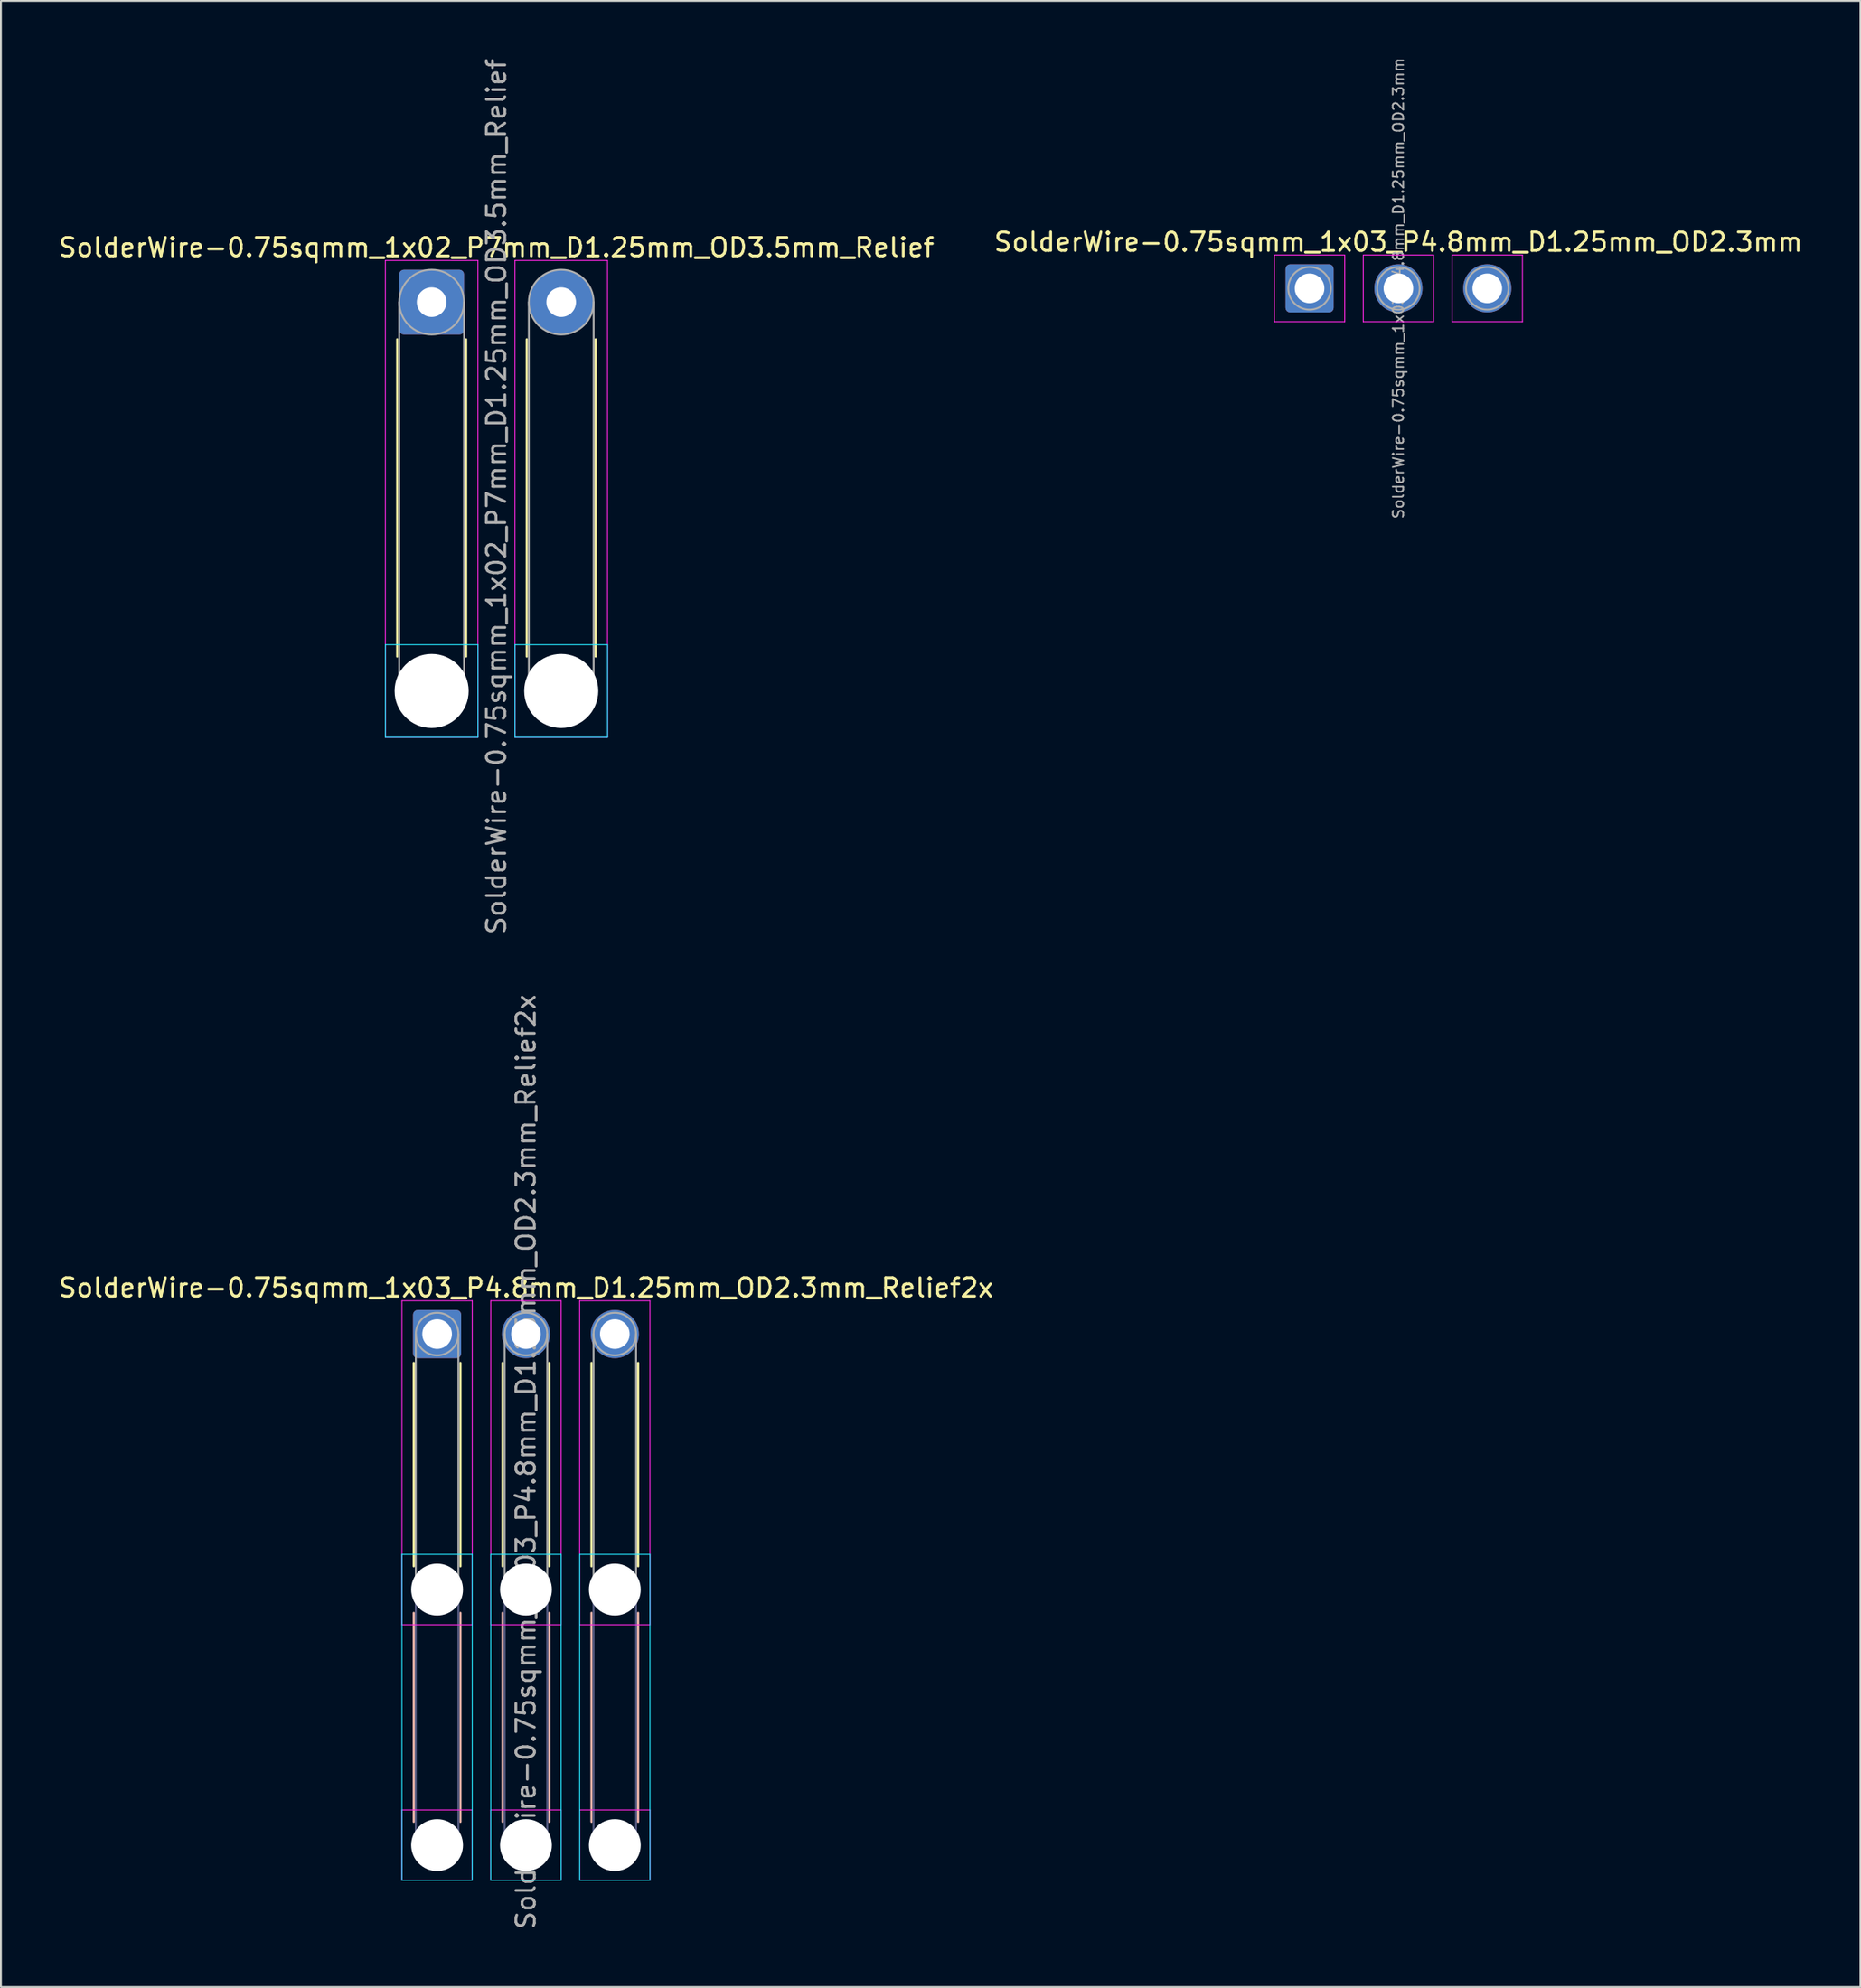
<source format=kicad_pcb>
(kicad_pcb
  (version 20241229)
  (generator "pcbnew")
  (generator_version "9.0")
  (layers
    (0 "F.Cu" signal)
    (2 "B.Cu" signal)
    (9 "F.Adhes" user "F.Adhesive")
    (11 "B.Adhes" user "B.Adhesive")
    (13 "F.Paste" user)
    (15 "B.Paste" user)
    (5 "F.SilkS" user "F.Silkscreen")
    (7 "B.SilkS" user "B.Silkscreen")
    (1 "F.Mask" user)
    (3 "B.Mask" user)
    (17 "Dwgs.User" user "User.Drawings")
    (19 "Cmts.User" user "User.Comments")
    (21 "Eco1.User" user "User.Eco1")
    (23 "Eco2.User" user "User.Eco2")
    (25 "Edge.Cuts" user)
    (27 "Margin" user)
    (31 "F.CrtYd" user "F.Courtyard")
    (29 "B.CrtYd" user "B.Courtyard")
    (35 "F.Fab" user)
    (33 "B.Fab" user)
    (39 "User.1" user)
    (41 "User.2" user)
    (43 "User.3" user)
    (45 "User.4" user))
  (footprint "SolderWire-0.75sqmm_1x02_P7mm_D1.25mm_OD3.5mm_Relief"
    (layer "F.Cu")
    (at 20.268 13.268)
    (property "Reference" "SolderWire-0.75sqmm_1x02_P7mm_D1.25mm_OD3.5mm_Relief" (at 3.5 -2.95 0) (layer "F.SilkS") (effects (font (size 1 1) (thickness 0.15))))
    (attr exclude_from_pos_files exclude_from_bom)
    (fp_line (start -1.86 2.01) (end -1.86 19.14) (stroke (width 0.12) (type solid)) (layer "F.SilkS"))
    (fp_line (start 1.86 2.01) (end 1.86 19.14) (stroke (width 0.12) (type solid)) (layer "F.SilkS"))
    (fp_line (start 5.14 2.01) (end 5.14 19.14) (stroke (width 0.12) (type solid)) (layer "F.SilkS"))
    (fp_line (start 8.86 2.01) (end 8.86 19.14) (stroke (width 0.12) (type solid)) (layer "F.SilkS"))
    (fp_line (start -2.5 18.5) (end -2.5 23.5) (stroke (width 0.05) (type solid)) (layer "B.CrtYd"))
    (fp_line (start -2.5 23.5) (end 2.5 23.5) (stroke (width 0.05) (type solid)) (layer "B.CrtYd"))
    (fp_line (start 2.5 18.5) (end -2.5 18.5) (stroke (width 0.05) (type solid)) (layer "B.CrtYd"))
    (fp_line (start 2.5 23.5) (end 2.5 18.5) (stroke (width 0.05) (type solid)) (layer "B.CrtYd"))
    (fp_line (start 4.5 18.5) (end 4.5 23.5) (stroke (width 0.05) (type solid)) (layer "B.CrtYd"))
    (fp_line (start 4.5 23.5) (end 9.5 23.5) (stroke (width 0.05) (type solid)) (layer "B.CrtYd"))
    (fp_line (start 9.5 18.5) (end 4.5 18.5) (stroke (width 0.05) (type solid)) (layer "B.CrtYd"))
    (fp_line (start 9.5 23.5) (end 9.5 18.5) (stroke (width 0.05) (type solid)) (layer "B.CrtYd"))
    (fp_line (start -2.5 -2.25) (end -2.5 23.5) (stroke (width 0.05) (type solid)) (layer "F.CrtYd"))
    (fp_line (start -2.5 23.5) (end 2.5 23.5) (stroke (width 0.05) (type solid)) (layer "F.CrtYd"))
    (fp_line (start 2.5 -2.25) (end -2.5 -2.25) (stroke (width 0.05) (type solid)) (layer "F.CrtYd"))
    (fp_line (start 2.5 23.5) (end 2.5 -2.25) (stroke (width 0.05) (type solid)) (layer "F.CrtYd"))
    (fp_line (start 4.5 -2.25) (end 4.5 23.5) (stroke (width 0.05) (type solid)) (layer "F.CrtYd"))
    (fp_line (start 4.5 23.5) (end 9.5 23.5) (stroke (width 0.05) (type solid)) (layer "F.CrtYd"))
    (fp_line (start 9.5 -2.25) (end 4.5 -2.25) (stroke (width 0.05) (type solid)) (layer "F.CrtYd"))
    (fp_line (start 9.5 23.5) (end 9.5 -2.25) (stroke (width 0.05) (type solid)) (layer "F.CrtYd"))
    (fp_line (start -1.75 0) (end -1.75 21) (stroke (width 0.1) (type solid)) (layer "F.Fab"))
    (fp_line (start 1.75 0) (end 1.75 21) (stroke (width 0.1) (type solid)) (layer "F.Fab"))
    (fp_line (start 5.25 0) (end 5.25 21) (stroke (width 0.1) (type solid)) (layer "F.Fab"))
    (fp_line (start 8.75 0) (end 8.75 21) (stroke (width 0.1) (type solid)) (layer "F.Fab"))
    (fp_circle (center 0 0) (end 1.75 0) (stroke (width 0.1) (type solid)) (fill no) (layer "F.Fab"))
    (fp_circle (center 0 21) (end 1.75 21) (stroke (width 0.1) (type solid)) (fill no) (layer "F.Fab"))
    (fp_circle (center 7 0) (end 8.75 0) (stroke (width 0.1) (type solid)) (fill no) (layer "F.Fab"))
    (fp_circle (center 7 21) (end 8.75 21) (stroke (width 0.1) (type solid)) (fill no) (layer "F.Fab"))
    (fp_text user "${REFERENCE}" (at 3.5 10.5 90) (layer "F.Fab") (effects (font (size 1 1) (thickness 0.15))))
    (pad "" np_thru_hole circle (at 0 21) (size 4 4) (drill 4) (layers "*.Cu" "*.Mask"))
    (pad "" np_thru_hole circle (at 7 21) (size 4 4) (drill 4) (layers "*.Cu" "*.Mask"))
    (pad "1" thru_hole roundrect (at 0 0) (size 3.5 3.5) (drill 1.6) (layers "*.Cu" "*.Mask") (roundrect_rratio 0.071))
    (pad "2" thru_hole circle (at 7 0) (size 3.5 3.5) (drill 1.6) (layers "*.Cu" "*.Mask")))
  (footprint "SolderWire-0.75sqmm_1x03_P4.8mm_D1.25mm_OD2.3mm_Relief2x"
    (layer "F.Cu")
    (at 20.563 68.999)
    (property "Reference" "SolderWire-0.75sqmm_1x03_P4.8mm_D1.25mm_OD2.3mm_Relief2x" (at 4.8 -2.5 0) (layer "F.SilkS") (effects (font (size 1 1) (thickness 0.15))))
    (attr exclude_from_pos_files exclude_from_bom)
    (fp_line (start -1.26 1.56) (end -1.26 12.54) (stroke (width 0.12) (type solid)) (layer "F.SilkS"))
    (fp_line (start 1.26 1.56) (end 1.26 12.54) (stroke (width 0.12) (type solid)) (layer "F.SilkS"))
    (fp_line (start 3.54 1.56) (end 3.54 12.54) (stroke (width 0.12) (type solid)) (layer "F.SilkS"))
    (fp_line (start 6.06 1.56) (end 6.06 12.54) (stroke (width 0.12) (type solid)) (layer "F.SilkS"))
    (fp_line (start 8.34 1.56) (end 8.34 12.54) (stroke (width 0.12) (type solid)) (layer "F.SilkS"))
    (fp_line (start 10.86 1.56) (end 10.86 12.54) (stroke (width 0.12) (type solid)) (layer "F.SilkS"))
    (fp_line (start -1.26 15.06) (end -1.26 26.34) (stroke (width 0.12) (type solid)) (layer "B.SilkS"))
    (fp_line (start 1.26 15.06) (end 1.26 26.34) (stroke (width 0.12) (type solid)) (layer "B.SilkS"))
    (fp_line (start 3.54 15.06) (end 3.54 26.34) (stroke (width 0.12) (type solid)) (layer "B.SilkS"))
    (fp_line (start 6.06 15.06) (end 6.06 26.34) (stroke (width 0.12) (type solid)) (layer "B.SilkS"))
    (fp_line (start 8.34 15.06) (end 8.34 26.34) (stroke (width 0.12) (type solid)) (layer "B.SilkS"))
    (fp_line (start 10.86 15.06) (end 10.86 26.34) (stroke (width 0.12) (type solid)) (layer "B.SilkS"))
    (fp_line (start -1.9 11.9) (end -1.9 29.5) (stroke (width 0.05) (type solid)) (layer "B.CrtYd"))
    (fp_line (start -1.9 29.5) (end 1.9 29.5) (stroke (width 0.05) (type solid)) (layer "B.CrtYd"))
    (fp_line (start 1.9 11.9) (end -1.9 11.9) (stroke (width 0.05) (type solid)) (layer "B.CrtYd"))
    (fp_line (start 1.9 29.5) (end 1.9 11.9) (stroke (width 0.05) (type solid)) (layer "B.CrtYd"))
    (fp_line (start 2.9 11.9) (end 2.9 29.5) (stroke (width 0.05) (type solid)) (layer "B.CrtYd"))
    (fp_line (start 2.9 29.5) (end 6.7 29.5) (stroke (width 0.05) (type solid)) (layer "B.CrtYd"))
    (fp_line (start 6.7 11.9) (end 2.9 11.9) (stroke (width 0.05) (type solid)) (layer "B.CrtYd"))
    (fp_line (start 6.7 29.5) (end 6.7 11.9) (stroke (width 0.05) (type solid)) (layer "B.CrtYd"))
    (fp_line (start 7.7 11.9) (end 7.7 29.5) (stroke (width 0.05) (type solid)) (layer "B.CrtYd"))
    (fp_line (start 7.7 29.5) (end 11.5 29.5) (stroke (width 0.05) (type solid)) (layer "B.CrtYd"))
    (fp_line (start 11.5 11.9) (end 7.7 11.9) (stroke (width 0.05) (type solid)) (layer "B.CrtYd"))
    (fp_line (start 11.5 29.5) (end 11.5 11.9) (stroke (width 0.05) (type solid)) (layer "B.CrtYd"))
    (fp_line (start -1.9 -1.8) (end -1.9 15.7) (stroke (width 0.05) (type solid)) (layer "F.CrtYd"))
    (fp_line (start -1.9 15.7) (end 1.9 15.7) (stroke (width 0.05) (type solid)) (layer "F.CrtYd"))
    (fp_line (start -1.9 25.7) (end -1.9 29.5) (stroke (width 0.05) (type solid)) (layer "F.CrtYd"))
    (fp_line (start -1.9 29.5) (end 1.9 29.5) (stroke (width 0.05) (type solid)) (layer "F.CrtYd"))
    (fp_line (start 1.9 -1.8) (end -1.9 -1.8) (stroke (width 0.05) (type solid)) (layer "F.CrtYd"))
    (fp_line (start 1.9 15.7) (end 1.9 -1.8) (stroke (width 0.05) (type solid)) (layer "F.CrtYd"))
    (fp_line (start 1.9 25.7) (end -1.9 25.7) (stroke (width 0.05) (type solid)) (layer "F.CrtYd"))
    (fp_line (start 1.9 29.5) (end 1.9 25.7) (stroke (width 0.05) (type solid)) (layer "F.CrtYd"))
    (fp_line (start 2.9 -1.8) (end 2.9 15.7) (stroke (width 0.05) (type solid)) (layer "F.CrtYd"))
    (fp_line (start 2.9 15.7) (end 6.7 15.7) (stroke (width 0.05) (type solid)) (layer "F.CrtYd"))
    (fp_line (start 2.9 25.7) (end 2.9 29.5) (stroke (width 0.05) (type solid)) (layer "F.CrtYd"))
    (fp_line (start 2.9 29.5) (end 6.7 29.5) (stroke (width 0.05) (type solid)) (layer "F.CrtYd"))
    (fp_line (start 6.7 -1.8) (end 2.9 -1.8) (stroke (width 0.05) (type solid)) (layer "F.CrtYd"))
    (fp_line (start 6.7 15.7) (end 6.7 -1.8) (stroke (width 0.05) (type solid)) (layer "F.CrtYd"))
    (fp_line (start 6.7 25.7) (end 2.9 25.7) (stroke (width 0.05) (type solid)) (layer "F.CrtYd"))
    (fp_line (start 6.7 29.5) (end 6.7 25.7) (stroke (width 0.05) (type solid)) (layer "F.CrtYd"))
    (fp_line (start 7.7 -1.8) (end 7.7 15.7) (stroke (width 0.05) (type solid)) (layer "F.CrtYd"))
    (fp_line (start 7.7 15.7) (end 11.5 15.7) (stroke (width 0.05) (type solid)) (layer "F.CrtYd"))
    (fp_line (start 7.7 25.7) (end 7.7 29.5) (stroke (width 0.05) (type solid)) (layer "F.CrtYd"))
    (fp_line (start 7.7 29.5) (end 11.5 29.5) (stroke (width 0.05) (type solid)) (layer "F.CrtYd"))
    (fp_line (start 11.5 -1.8) (end 7.7 -1.8) (stroke (width 0.05) (type solid)) (layer "F.CrtYd"))
    (fp_line (start 11.5 15.7) (end 11.5 -1.8) (stroke (width 0.05) (type solid)) (layer "F.CrtYd"))
    (fp_line (start 11.5 25.7) (end 7.7 25.7) (stroke (width 0.05) (type solid)) (layer "F.CrtYd"))
    (fp_line (start 11.5 29.5) (end 11.5 25.7) (stroke (width 0.05) (type solid)) (layer "F.CrtYd"))
    (fp_line (start -1.15 13.8) (end -1.15 27.6) (stroke (width 0.1) (type solid)) (layer "B.Fab"))
    (fp_line (start 1.15 13.8) (end 1.15 27.6) (stroke (width 0.1) (type solid)) (layer "B.Fab"))
    (fp_line (start 3.65 13.8) (end 3.65 27.6) (stroke (width 0.1) (type solid)) (layer "B.Fab"))
    (fp_line (start 5.95 13.8) (end 5.95 27.6) (stroke (width 0.1) (type solid)) (layer "B.Fab"))
    (fp_line (start 8.45 13.8) (end 8.45 27.6) (stroke (width 0.1) (type solid)) (layer "B.Fab"))
    (fp_line (start 10.75 13.8) (end 10.75 27.6) (stroke (width 0.1) (type solid)) (layer "B.Fab"))
    (fp_circle (center 0 13.8) (end 1.15 13.8) (stroke (width 0.1) (type solid)) (fill no) (layer "B.Fab"))
    (fp_circle (center 0 27.6) (end 1.15 27.6) (stroke (width 0.1) (type solid)) (fill no) (layer "B.Fab"))
    (fp_circle (center 4.8 13.8) (end 5.95 13.8) (stroke (width 0.1) (type solid)) (fill no) (layer "B.Fab"))
    (fp_circle (center 4.8 27.6) (end 5.95 27.6) (stroke (width 0.1) (type solid)) (fill no) (layer "B.Fab"))
    (fp_circle (center 9.6 13.8) (end 10.75 13.8) (stroke (width 0.1) (type solid)) (fill no) (layer "B.Fab"))
    (fp_circle (center 9.6 27.6) (end 10.75 27.6) (stroke (width 0.1) (type solid)) (fill no) (layer "B.Fab"))
    (fp_line (start -1.15 0) (end -1.15 13.8) (stroke (width 0.1) (type solid)) (layer "F.Fab"))
    (fp_line (start 1.15 0) (end 1.15 13.8) (stroke (width 0.1) (type solid)) (layer "F.Fab"))
    (fp_line (start 3.65 0) (end 3.65 13.8) (stroke (width 0.1) (type solid)) (layer "F.Fab"))
    (fp_line (start 5.95 0) (end 5.95 13.8) (stroke (width 0.1) (type solid)) (layer "F.Fab"))
    (fp_line (start 8.45 0) (end 8.45 13.8) (stroke (width 0.1) (type solid)) (layer "F.Fab"))
    (fp_line (start 10.75 0) (end 10.75 13.8) (stroke (width 0.1) (type solid)) (layer "F.Fab"))
    (fp_circle (center 0 0) (end 1.15 0) (stroke (width 0.1) (type solid)) (fill no) (layer "F.Fab"))
    (fp_circle (center 0 13.8) (end 1.15 13.8) (stroke (width 0.1) (type solid)) (fill no) (layer "F.Fab"))
    (fp_circle (center 0 27.6) (end 1.15 27.6) (stroke (width 0.1) (type solid)) (fill no) (layer "F.Fab"))
    (fp_circle (center 4.8 0) (end 5.95 0) (stroke (width 0.1) (type solid)) (fill no) (layer "F.Fab"))
    (fp_circle (center 4.8 13.8) (end 5.95 13.8) (stroke (width 0.1) (type solid)) (fill no) (layer "F.Fab"))
    (fp_circle (center 4.8 27.6) (end 5.95 27.6) (stroke (width 0.1) (type solid)) (fill no) (layer "F.Fab"))
    (fp_circle (center 9.6 0) (end 10.75 0) (stroke (width 0.1) (type solid)) (fill no) (layer "F.Fab"))
    (fp_circle (center 9.6 13.8) (end 10.75 13.8) (stroke (width 0.1) (type solid)) (fill no) (layer "F.Fab"))
    (fp_circle (center 9.6 27.6) (end 10.75 27.6) (stroke (width 0.1) (type solid)) (fill no) (layer "F.Fab"))
    (fp_text user "${REFERENCE}" (at 4.8 6.9 90) (layer "F.Fab") (effects (font (size 1 1) (thickness 0.15))))
    (pad "" np_thru_hole circle (at 0 13.8) (size 2.8 2.8) (drill 2.8) (layers "*.Cu" "*.Mask"))
    (pad "" np_thru_hole circle (at 0 27.6) (size 2.8 2.8) (drill 2.8) (layers "*.Cu" "*.Mask"))
    (pad "" np_thru_hole circle (at 4.8 13.8) (size 2.8 2.8) (drill 2.8) (layers "*.Cu" "*.Mask"))
    (pad "" np_thru_hole circle (at 4.8 27.6) (size 2.8 2.8) (drill 2.8) (layers "*.Cu" "*.Mask"))
    (pad "" np_thru_hole circle (at 9.6 13.8) (size 2.8 2.8) (drill 2.8) (layers "*.Cu" "*.Mask"))
    (pad "" np_thru_hole circle (at 9.6 27.6) (size 2.8 2.8) (drill 2.8) (layers "*.Cu" "*.Mask"))
    (pad "1" thru_hole roundrect (at 0 0) (size 2.6 2.6) (drill 1.6) (layers "*.Cu" "*.Mask") (roundrect_rratio 0.096))
    (pad "2" thru_hole circle (at 4.8 0) (size 2.6 2.6) (drill 1.6) (layers "*.Cu" "*.Mask"))
    (pad "3" thru_hole circle (at 9.6 0) (size 2.6 2.6) (drill 1.6) (layers "*.Cu" "*.Mask")))
  (footprint "SolderWire-0.75sqmm_1x03_P4.8mm_D1.25mm_OD2.3mm"
    (layer "F.Cu")
    (at 67.694 12.523)
    (property "Reference" "SolderWire-0.75sqmm_1x03_P4.8mm_D1.25mm_OD2.3mm" (at 4.8 -2.5 0) (layer "F.SilkS") (effects (font (size 1 1) (thickness 0.15))))
    (attr exclude_from_pos_files exclude_from_bom)
    (fp_line (start -1.9 -1.8) (end -1.9 1.8) (stroke (width 0.05) (type solid)) (layer "F.CrtYd"))
    (fp_line (start -1.9 1.8) (end 1.9 1.8) (stroke (width 0.05) (type solid)) (layer "F.CrtYd"))
    (fp_line (start 1.9 -1.8) (end -1.9 -1.8) (stroke (width 0.05) (type solid)) (layer "F.CrtYd"))
    (fp_line (start 1.9 1.8) (end 1.9 -1.8) (stroke (width 0.05) (type solid)) (layer "F.CrtYd"))
    (fp_line (start 2.9 -1.8) (end 2.9 1.8) (stroke (width 0.05) (type solid)) (layer "F.CrtYd"))
    (fp_line (start 2.9 1.8) (end 6.7 1.8) (stroke (width 0.05) (type solid)) (layer "F.CrtYd"))
    (fp_line (start 6.7 -1.8) (end 2.9 -1.8) (stroke (width 0.05) (type solid)) (layer "F.CrtYd"))
    (fp_line (start 6.7 1.8) (end 6.7 -1.8) (stroke (width 0.05) (type solid)) (layer "F.CrtYd"))
    (fp_line (start 7.7 -1.8) (end 7.7 1.8) (stroke (width 0.05) (type solid)) (layer "F.CrtYd"))
    (fp_line (start 7.7 1.8) (end 11.5 1.8) (stroke (width 0.05) (type solid)) (layer "F.CrtYd"))
    (fp_line (start 11.5 -1.8) (end 7.7 -1.8) (stroke (width 0.05) (type solid)) (layer "F.CrtYd"))
    (fp_line (start 11.5 1.8) (end 11.5 -1.8) (stroke (width 0.05) (type solid)) (layer "F.CrtYd"))
    (fp_circle (center 0 0) (end 1.15 0) (stroke (width 0.1) (type solid)) (fill no) (layer "F.Fab"))
    (fp_circle (center 4.8 0) (end 5.95 0) (stroke (width 0.1) (type solid)) (fill no) (layer "F.Fab"))
    (fp_circle (center 9.6 0) (end 10.75 0) (stroke (width 0.1) (type solid)) (fill no) (layer "F.Fab"))
    (fp_text user "${REFERENCE}" (at 4.8 0 90) (layer "F.Fab") (effects (font (size 0.57 0.57) (thickness 0.09))))
    (pad "1" thru_hole roundrect (at 0 0) (size 2.6 2.6) (drill 1.6) (layers "*.Cu" "*.Mask") (roundrect_rratio 0.096))
    (pad "2" thru_hole circle (at 4.8 0) (size 2.6 2.6) (drill 1.6) (layers "*.Cu" "*.Mask"))
    (pad "3" thru_hole circle (at 9.6 0) (size 2.6 2.6) (drill 1.6) (layers "*.Cu" "*.Mask")))
  (gr_rect
    (start -3 -3)
    (end 97.452 104.262)
    (stroke (width 0.1) (type default))
    (fill no)
    (layer "Edge.Cuts")))
</source>
